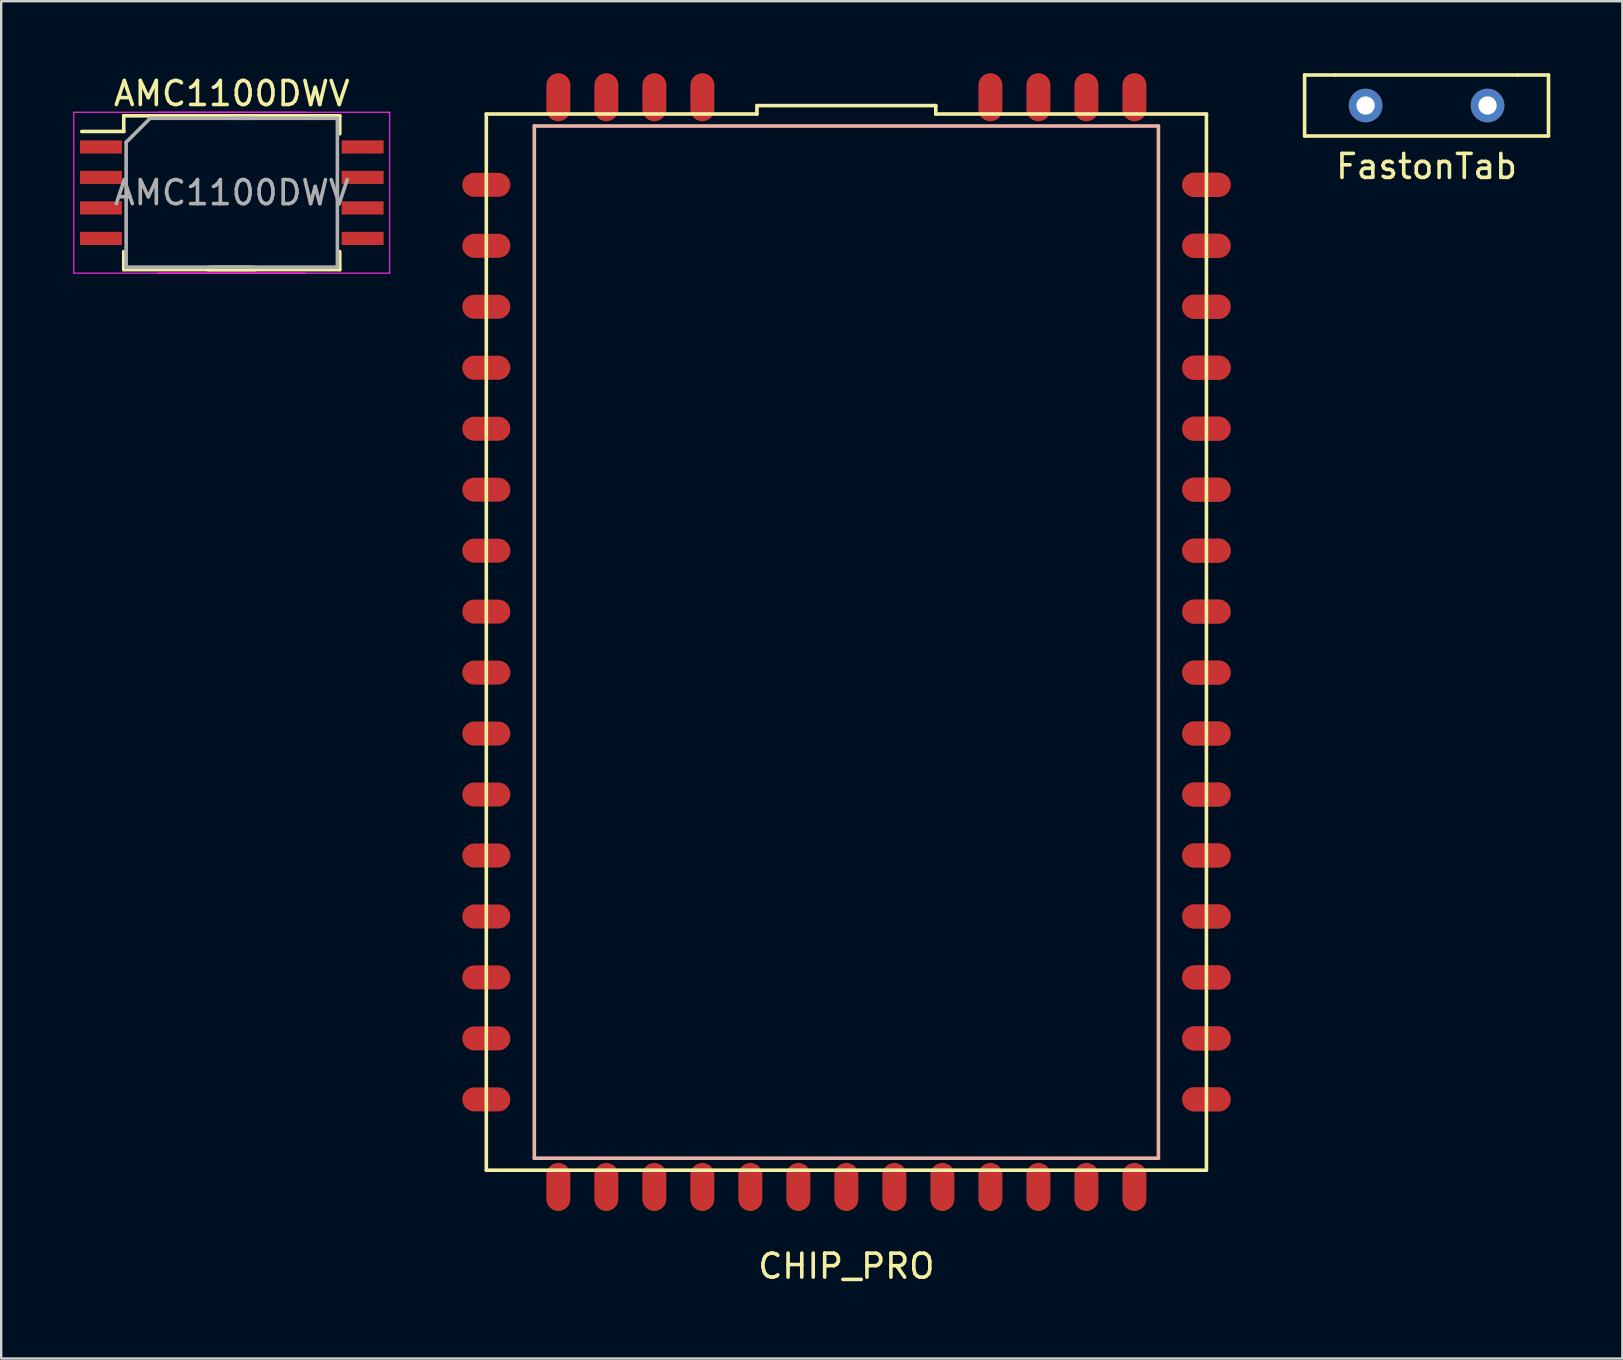
<source format=kicad_pcb>
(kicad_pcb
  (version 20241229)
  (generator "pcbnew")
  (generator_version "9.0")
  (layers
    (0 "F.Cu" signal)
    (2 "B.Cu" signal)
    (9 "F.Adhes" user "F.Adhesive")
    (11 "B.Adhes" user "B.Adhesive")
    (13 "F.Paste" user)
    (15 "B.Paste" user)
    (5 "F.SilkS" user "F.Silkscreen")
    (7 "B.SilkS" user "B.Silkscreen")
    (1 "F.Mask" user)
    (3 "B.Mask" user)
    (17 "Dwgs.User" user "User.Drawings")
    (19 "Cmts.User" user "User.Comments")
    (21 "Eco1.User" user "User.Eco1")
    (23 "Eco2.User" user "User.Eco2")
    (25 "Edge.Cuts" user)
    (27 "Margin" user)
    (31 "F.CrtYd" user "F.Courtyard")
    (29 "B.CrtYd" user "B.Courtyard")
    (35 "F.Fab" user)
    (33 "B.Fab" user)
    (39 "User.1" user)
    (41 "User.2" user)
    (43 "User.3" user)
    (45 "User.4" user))
  (footprint "AMC1100DWV"
    (layer "F.Cu")
    (at 6.605 4.978)
    (property "Reference" "AMC1100DWV" (at 0 -4.13 0) (layer "F.SilkS") (effects (font (size 1 1) (thickness 0.15))))
    (attr smd)
    (fp_line (start -4.5 -3.205) (end -4.5 -2.55) (stroke (width 0.15) (type solid)) (layer "F.SilkS"))
    (fp_line (start -4.5 -3.205) (end 1 -3.205) (stroke (width 0.15) (type solid)) (layer "F.SilkS"))
    (fp_line (start -4.5 -2.55) (end -6.25 -2.55) (stroke (width 0.15) (type solid)) (layer "F.SilkS"))
    (fp_line (start -4.5 3.205) (end -4.5 2.455) (stroke (width 0.15) (type solid)) (layer "F.SilkS"))
    (fp_line (start -4.5 3.205) (end 1 3.205) (stroke (width 0.15) (type solid)) (layer "F.SilkS"))
    (fp_line (start -1 -3.205) (end 4.5 -3.205) (stroke (width 0.15) (type solid)) (layer "F.SilkS"))
    (fp_line (start -1 3.205) (end 4.5 3.205) (stroke (width 0.15) (type solid)) (layer "F.SilkS"))
    (fp_line (start 4.5 -3.205) (end 4.5 -2.455) (stroke (width 0.15) (type solid)) (layer "F.SilkS"))
    (fp_line (start 4.5 3.205) (end 4.5 2.455) (stroke (width 0.15) (type solid)) (layer "F.SilkS"))
    (fp_line (start -6.58 -3.35) (end -6.58 3.35) (stroke (width 0.05) (type solid)) (layer "F.CrtYd"))
    (fp_line (start -6.58 -3.35) (end 3.08 -3.35) (stroke (width 0.05) (type solid)) (layer "F.CrtYd"))
    (fp_line (start -6.58 3.35) (end 3.08 3.35) (stroke (width 0.05) (type solid)) (layer "F.CrtYd"))
    (fp_line (start -3.08 -3.35) (end 6.58 -3.35) (stroke (width 0.05) (type solid)) (layer "F.CrtYd"))
    (fp_line (start -3.08 3.35) (end 6.58 3.35) (stroke (width 0.05) (type solid)) (layer "F.CrtYd"))
    (fp_line (start 6.58 -3.35) (end 6.58 3.35) (stroke (width 0.05) (type solid)) (layer "F.CrtYd"))
    (fp_line (start -4.4 -2.1) (end -3.4 -3.1) (stroke (width 0.15) (type solid)) (layer "F.Fab"))
    (fp_line (start -4.4 3.1) (end -4.4 -2.1) (stroke (width 0.15) (type solid)) (layer "F.Fab"))
    (fp_line (start -3.4 -3.1) (end 0.9 -3.1) (stroke (width 0.15) (type solid)) (layer "F.Fab"))
    (fp_line (start 0.1 -3.1) (end 4.4 -3.1) (stroke (width 0.15) (type solid)) (layer "F.Fab"))
    (fp_line (start 0.9 3.1) (end -4.4 3.1) (stroke (width 0.15) (type solid)) (layer "F.Fab"))
    (fp_line (start 4.4 -3.1) (end 4.4 3.1) (stroke (width 0.15) (type solid)) (layer "F.Fab"))
    (fp_line (start 4.4 3.1) (end -0.9 3.1) (stroke (width 0.15) (type solid)) (layer "F.Fab"))
    (fp_text user "${REFERENCE}" (at 0 0 0) (layer "F.Fab") (effects (font (size 1 1) (thickness 0.15))))
    (pad "1" smd rect (at -5.45 -1.905) (size 1.75 0.55) (layers "F.Cu" "F.Mask" "F.Paste"))
    (pad "2" smd rect (at -5.45 -0.635) (size 1.75 0.55) (layers "F.Cu" "F.Mask" "F.Paste"))
    (pad "3" smd rect (at -5.45 0.635) (size 1.75 0.55) (layers "F.Cu" "F.Mask" "F.Paste"))
    (pad "4" smd rect (at -5.45 1.905) (size 1.75 0.55) (layers "F.Cu" "F.Mask" "F.Paste"))
    (pad "5" smd rect (at 5.45 1.905) (size 1.75 0.55) (layers "F.Cu" "F.Mask" "F.Paste"))
    (pad "6" smd rect (at 5.45 0.635) (size 1.75 0.55) (layers "F.Cu" "F.Mask" "F.Paste"))
    (pad "7" smd rect (at 5.45 -0.635) (size 1.75 0.55) (layers "F.Cu" "F.Mask" "F.Paste"))
    (pad "8" smd rect (at 5.45 -1.905) (size 1.75 0.55) (layers "F.Cu" "F.Mask" "F.Paste")))
  (footprint "FastonTab"
    (layer "F.Cu")
    (at 56.381 1.345)
    (property "Reference" "FastonTab" (at 0 2.54 0) (layer "F.SilkS") (effects (font (size 1 1) (thickness 0.15))))
    (attr through_hole)
    (fp_line (start -5.08 -1.27) (end -3.81 -1.27) (stroke (width 0.15) (type solid)) (layer "F.SilkS"))
    (fp_line (start -5.08 1.27) (end -5.08 -1.27) (stroke (width 0.15) (type solid)) (layer "F.SilkS"))
    (fp_line (start -3.81 -1.27) (end 3.81 -1.27) (stroke (width 0.15) (type solid)) (layer "F.SilkS"))
    (fp_line (start 3.81 -1.27) (end 5.08 -1.27) (stroke (width 0.15) (type solid)) (layer "F.SilkS"))
    (fp_line (start 5.08 -1.27) (end 5.08 1.27) (stroke (width 0.15) (type solid)) (layer "F.SilkS"))
    (fp_line (start 5.08 1.27) (end -5.08 1.27) (stroke (width 0.15) (type solid)) (layer "F.SilkS"))
    (pad "1" thru_hole circle (at -2.54 0) (size 1.4 1.4) (drill 0.762) (layers "*.Cu" "*.Mask"))
    (pad "2" thru_hole circle (at 2.54 0) (size 1.4 1.4) (drill 0.762) (layers "*.Cu" "*.Mask")))
  (footprint "CHIP_PRO"
    (layer "F.Cu")
    (at 32.21 23.7)
    (property "Reference" "CHIP_PRO" (at 0 26 0) (layer "F.SilkS") (effects (font (size 1 1) (thickness 0.15))))
    (attr through_hole)
    (fp_line (start -15 -22) (end -15 22) (stroke (width 0.15) (type solid)) (layer "F.SilkS"))
    (fp_line (start -15 22) (end 15 22) (stroke (width 0.15) (type solid)) (layer "F.SilkS"))
    (fp_line (start -3.725 -22.35) (end -3.725 -22) (stroke (width 0.15) (type solid)) (layer "F.SilkS"))
    (fp_line (start -3.725 -22) (end -15 -22) (stroke (width 0.15) (type solid)) (layer "F.SilkS"))
    (fp_line (start 3.725 -22.35) (end -3.725 -22.35) (stroke (width 0.15) (type solid)) (layer "F.SilkS"))
    (fp_line (start 3.725 -22) (end 3.725 -22.35) (stroke (width 0.15) (type solid)) (layer "F.SilkS"))
    (fp_line (start 3.725 -22) (end 15 -22) (stroke (width 0.15) (type solid)) (layer "F.SilkS"))
    (fp_line (start 15 22) (end 15 -22) (stroke (width 0.15) (type solid)) (layer "F.SilkS"))
    (fp_line (start -13 -21.5) (end 13 -21.5) (stroke (width 0.15) (type solid)) (layer "B.SilkS"))
    (fp_line (start -13 21.5) (end -13 -21.5) (stroke (width 0.15) (type solid)) (layer "B.SilkS"))
    (fp_line (start 13 -21.5) (end 13 21.5) (stroke (width 0.15) (type solid)) (layer "B.SilkS"))
    (fp_line (start 13 21.5) (end -13 21.5) (stroke (width 0.15) (type solid)) (layer "B.SilkS"))
    (pad "1" smd oval (at -15 -19.05) (size 2 1) (layers "F.Cu" "F.Mask" "F.Paste"))
    (pad "2" smd oval (at -15 -16.51) (size 2 1) (layers "F.Cu" "F.Mask" "F.Paste"))
    (pad "3" smd oval (at -15 -13.97) (size 2 1) (layers "F.Cu" "F.Mask" "F.Paste"))
    (pad "4" smd oval (at -15 -11.43) (size 2 1) (layers "F.Cu" "F.Mask" "F.Paste"))
    (pad "5" smd oval (at -15 -8.89) (size 2 1) (layers "F.Cu" "F.Mask" "F.Paste"))
    (pad "6" smd oval (at -15 -6.35) (size 2 1) (layers "F.Cu" "F.Mask" "F.Paste"))
    (pad "7" smd oval (at -15 -3.81) (size 2 1) (layers "F.Cu" "F.Mask" "F.Paste"))
    (pad "8" smd oval (at -15 -1.27) (size 2 1) (layers "F.Cu" "F.Mask" "F.Paste"))
    (pad "9" smd oval (at -15 1.27) (size 2 1) (layers "F.Cu" "F.Mask" "F.Paste"))
    (pad "10" smd oval (at -15 3.81) (size 2 1) (layers "F.Cu" "F.Mask" "F.Paste"))
    (pad "11" smd oval (at -15 6.35) (size 2 1) (layers "F.Cu" "F.Mask" "F.Paste"))
    (pad "12" smd oval (at -15 8.89) (size 2 1) (layers "F.Cu" "F.Mask" "F.Paste"))
    (pad "13" smd oval (at -15 11.43) (size 2 1) (layers "F.Cu" "F.Mask" "F.Paste"))
    (pad "14" smd oval (at -15 13.97) (size 2 1) (layers "F.Cu" "F.Mask" "F.Paste"))
    (pad "15" smd oval (at -15 16.51) (size 2 1) (layers "F.Cu" "F.Mask" "F.Paste"))
    (pad "16" smd oval (at -15 19.05) (size 2 1) (layers "F.Cu" "F.Mask" "F.Paste"))
    (pad "17" smd oval (at -12 22.7) (size 1 2) (layers "F.Cu" "F.Mask" "F.Paste"))
    (pad "18" smd oval (at -10 22.7) (size 1 2) (layers "F.Cu" "F.Mask" "F.Paste"))
    (pad "19" smd oval (at -8 22.7) (size 1 2) (layers "F.Cu" "F.Mask" "F.Paste"))
    (pad "20" smd oval (at -6 22.7) (size 1 2) (layers "F.Cu" "F.Mask" "F.Paste"))
    (pad "21" smd oval (at -4 22.7) (size 1 2) (layers "F.Cu" "F.Mask" "F.Paste"))
    (pad "22" smd oval (at -2 22.7) (size 1 2) (layers "F.Cu" "F.Mask" "F.Paste"))
    (pad "23" smd oval (at 0 22.7) (size 1 2) (layers "F.Cu" "F.Mask" "F.Paste"))
    (pad "24" smd oval (at 2 22.7) (size 1 2) (layers "F.Cu" "F.Mask" "F.Paste"))
    (pad "25" smd oval (at 4 22.7) (size 1 2) (layers "F.Cu" "F.Mask" "F.Paste"))
    (pad "26" smd oval (at 6 22.7) (size 1 2) (layers "F.Cu" "F.Mask" "F.Paste"))
    (pad "27" smd oval (at 8 22.7) (size 1 2) (layers "F.Cu" "F.Mask" "F.Paste"))
    (pad "28" smd oval (at 10 22.7) (size 1 2) (layers "F.Cu" "F.Mask" "F.Paste"))
    (pad "29" smd oval (at 12 22.7) (size 1 2) (layers "F.Cu" "F.Mask" "F.Paste"))
    (pad "30" smd oval (at 15 19.05) (size 2.032 1.016) (layers "F.Cu" "F.Mask" "F.Paste"))
    (pad "31" smd oval (at 15 16.51) (size 2.032 1.016) (layers "F.Cu" "F.Mask" "F.Paste"))
    (pad "32" smd oval (at 15 13.97) (size 2.032 1.016) (layers "F.Cu" "F.Mask" "F.Paste"))
    (pad "33" smd oval (at 15 11.43) (size 2.032 1.016) (layers "F.Cu" "F.Mask" "F.Paste"))
    (pad "34" smd oval (at 15 8.89) (size 2.032 1.016) (layers "F.Cu" "F.Mask" "F.Paste"))
    (pad "35" smd oval (at 15 6.35) (size 2.032 1.016) (layers "F.Cu" "F.Mask" "F.Paste"))
    (pad "36" smd oval (at 15 3.81) (size 2.032 1.016) (layers "F.Cu" "F.Mask" "F.Paste"))
    (pad "37" smd oval (at 15 1.27) (size 2.032 1.016) (layers "F.Cu" "F.Mask" "F.Paste"))
    (pad "38" smd oval (at 15 -1.27) (size 2.032 1.016) (layers "F.Cu" "F.Mask" "F.Paste"))
    (pad "39" smd oval (at 15 -3.81) (size 2.032 1.016) (layers "F.Cu" "F.Mask" "F.Paste"))
    (pad "40" smd oval (at 15 -6.35) (size 2.032 1.016) (layers "F.Cu" "F.Mask" "F.Paste"))
    (pad "41" smd oval (at 15 -8.89) (size 2.032 1.016) (layers "F.Cu" "F.Mask" "F.Paste"))
    (pad "42" smd oval (at 15 -11.43) (size 2.032 1.016) (layers "F.Cu" "F.Mask" "F.Paste"))
    (pad "43" smd oval (at 15 -13.97) (size 2.032 1.016) (layers "F.Cu" "F.Mask" "F.Paste"))
    (pad "44" smd oval (at 15 -16.51) (size 2.032 1.016) (layers "F.Cu" "F.Mask" "F.Paste"))
    (pad "45" smd oval (at 15 -19.05) (size 2.032 1.016) (layers "F.Cu" "F.Mask" "F.Paste"))
    (pad "46" smd oval (at 12 -22.7) (size 1 2) (layers "F.Cu" "F.Mask" "F.Paste"))
    (pad "47" smd oval (at 10 -22.7) (size 1 2) (layers "F.Cu" "F.Mask" "F.Paste"))
    (pad "48" smd oval (at 8 -22.7) (size 1 2) (layers "F.Cu" "F.Mask" "F.Paste"))
    (pad "49" smd oval (at 6 -22.7) (size 1 2) (layers "F.Cu" "F.Mask" "F.Paste"))
    (pad "50" smd oval (at -6 -22.7) (size 1 2) (layers "F.Cu" "F.Mask" "F.Paste"))
    (pad "51" smd oval (at -8 -22.7) (size 1 2) (layers "F.Cu" "F.Mask" "F.Paste"))
    (pad "52" smd oval (at -10 -22.7) (size 1 2) (layers "F.Cu" "F.Mask" "F.Paste"))
    (pad "53" smd oval (at -12 -22.7) (size 1 2) (layers "F.Cu" "F.Mask" "F.Paste")))
  (gr_rect
    (start -3 -3)
    (end 64.536 53.548)
    (stroke (width 0.1) (type default))
    (fill no)
    (layer "Edge.Cuts")))
</source>
